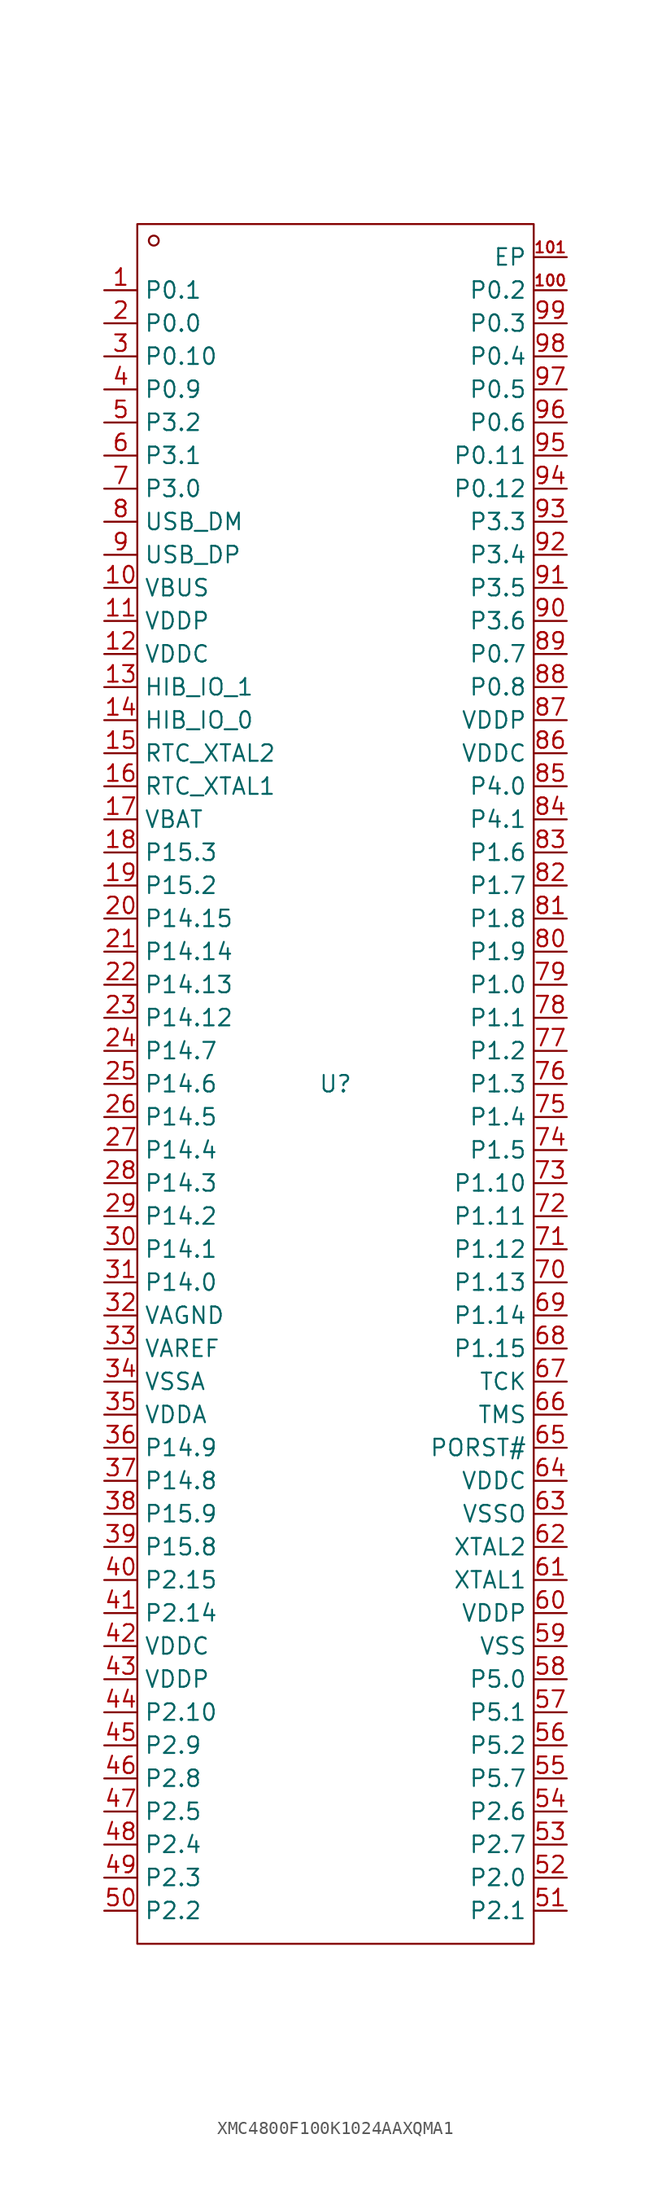
<source format=kicad_sym>
(kicad_symbol_lib
  (version 20231120)
  (generator "kicad_symbol_editor")
  (generator_version "8.0")
  (symbol "XMC4800F100K1024AAXQMA1"
    (property "Reference" "U"
      (at 0 0 0)
      (effects (font (size 1.27 1.27))))
    (property "Value" ""
      (at 0 0 0)
      (effects (font (size 1.27 1.27))))
    (symbol "XMC4800F100K1024AAXQMA1_1_0"
      (rectangle (start -15.24 -66.04) (end 15.24 66.04) (stroke (width 0) (type default)) (fill (type none)))
      (circle (center -13.97 64.77) (radius 0.381) (stroke (width 0) (type default)) (fill (type none)))
      (pin passive line (at -17.78 60.96 0) (length 2.54) (name "P0.1" (effects (font (size 1.27 1.27)))) (number "1" (effects (font (size 1.27 1.27)))))
      (pin passive line (at -17.78 38.1 0) (length 2.54) (name "VBUS" (effects (font (size 1.27 1.27)))) (number "10" (effects (font (size 1.27 1.27)))))
      (pin passive line (at 17.78 60.96 180) (length 2.54) (name "P0.2" (effects (font (size 1.27 1.27)))) (number "100" (effects (font (size 0.847 0.847)))))
      (pin passive line (at 17.78 63.5 180) (length 2.54) (name "EP" (effects (font (size 1.27 1.27)))) (number "101" (effects (font (size 0.847 0.847)))))
      (pin passive line (at -17.78 35.56 0) (length 2.54) (name "VDDP" (effects (font (size 1.27 1.27)))) (number "11" (effects (font (size 1.27 1.27)))))
      (pin passive line (at -17.78 33.02 0) (length 2.54) (name "VDDC" (effects (font (size 1.27 1.27)))) (number "12" (effects (font (size 1.27 1.27)))))
      (pin passive line (at -17.78 30.48 0) (length 2.54) (name "HIB_IO_1" (effects (font (size 1.27 1.27)))) (number "13" (effects (font (size 1.27 1.27)))))
      (pin passive line (at -17.78 27.94 0) (length 2.54) (name "HIB_IO_0" (effects (font (size 1.27 1.27)))) (number "14" (effects (font (size 1.27 1.27)))))
      (pin passive line (at -17.78 25.4 0) (length 2.54) (name "RTC_XTAL2" (effects (font (size 1.27 1.27)))) (number "15" (effects (font (size 1.27 1.27)))))
      (pin passive line (at -17.78 22.86 0) (length 2.54) (name "RTC_XTAL1" (effects (font (size 1.27 1.27)))) (number "16" (effects (font (size 1.27 1.27)))))
      (pin passive line (at -17.78 20.32 0) (length 2.54) (name "VBAT" (effects (font (size 1.27 1.27)))) (number "17" (effects (font (size 1.27 1.27)))))
      (pin passive line (at -17.78 17.78 0) (length 2.54) (name "P15.3" (effects (font (size 1.27 1.27)))) (number "18" (effects (font (size 1.27 1.27)))))
      (pin passive line (at -17.78 15.24 0) (length 2.54) (name "P15.2" (effects (font (size 1.27 1.27)))) (number "19" (effects (font (size 1.27 1.27)))))
      (pin passive line (at -17.78 58.42 0) (length 2.54) (name "P0.0" (effects (font (size 1.27 1.27)))) (number "2" (effects (font (size 1.27 1.27)))))
      (pin passive line (at -17.78 12.7 0) (length 2.54) (name "P14.15" (effects (font (size 1.27 1.27)))) (number "20" (effects (font (size 1.27 1.27)))))
      (pin passive line (at -17.78 10.16 0) (length 2.54) (name "P14.14" (effects (font (size 1.27 1.27)))) (number "21" (effects (font (size 1.27 1.27)))))
      (pin passive line (at -17.78 7.62 0) (length 2.54) (name "P14.13" (effects (font (size 1.27 1.27)))) (number "22" (effects (font (size 1.27 1.27)))))
      (pin passive line (at -17.78 5.08 0) (length 2.54) (name "P14.12" (effects (font (size 1.27 1.27)))) (number "23" (effects (font (size 1.27 1.27)))))
      (pin passive line (at -17.78 2.54 0) (length 2.54) (name "P14.7" (effects (font (size 1.27 1.27)))) (number "24" (effects (font (size 1.27 1.27)))))
      (pin passive line (at -17.78 0 0) (length 2.54) (name "P14.6" (effects (font (size 1.27 1.27)))) (number "25" (effects (font (size 1.27 1.27)))))
      (pin passive line (at -17.78 -2.54 0) (length 2.54) (name "P14.5" (effects (font (size 1.27 1.27)))) (number "26" (effects (font (size 1.27 1.27)))))
      (pin passive line (at -17.78 -5.08 0) (length 2.54) (name "P14.4" (effects (font (size 1.27 1.27)))) (number "27" (effects (font (size 1.27 1.27)))))
      (pin passive line (at -17.78 -7.62 0) (length 2.54) (name "P14.3" (effects (font (size 1.27 1.27)))) (number "28" (effects (font (size 1.27 1.27)))))
      (pin passive line (at -17.78 -10.16 0) (length 2.54) (name "P14.2" (effects (font (size 1.27 1.27)))) (number "29" (effects (font (size 1.27 1.27)))))
      (pin passive line (at -17.78 55.88 0) (length 2.54) (name "P0.10" (effects (font (size 1.27 1.27)))) (number "3" (effects (font (size 1.27 1.27)))))
      (pin passive line (at -17.78 -12.7 0) (length 2.54) (name "P14.1" (effects (font (size 1.27 1.27)))) (number "30" (effects (font (size 1.27 1.27)))))
      (pin passive line (at -17.78 -15.24 0) (length 2.54) (name "P14.0" (effects (font (size 1.27 1.27)))) (number "31" (effects (font (size 1.27 1.27)))))
      (pin passive line (at -17.78 -17.78 0) (length 2.54) (name "VAGND" (effects (font (size 1.27 1.27)))) (number "32" (effects (font (size 1.27 1.27)))))
      (pin passive line (at -17.78 -20.32 0) (length 2.54) (name "VAREF" (effects (font (size 1.27 1.27)))) (number "33" (effects (font (size 1.27 1.27)))))
      (pin passive line (at -17.78 -22.86 0) (length 2.54) (name "VSSA" (effects (font (size 1.27 1.27)))) (number "34" (effects (font (size 1.27 1.27)))))
      (pin passive line (at -17.78 -25.4 0) (length 2.54) (name "VDDA" (effects (font (size 1.27 1.27)))) (number "35" (effects (font (size 1.27 1.27)))))
      (pin passive line (at -17.78 -27.94 0) (length 2.54) (name "P14.9" (effects (font (size 1.27 1.27)))) (number "36" (effects (font (size 1.27 1.27)))))
      (pin passive line (at -17.78 -30.48 0) (length 2.54) (name "P14.8" (effects (font (size 1.27 1.27)))) (number "37" (effects (font (size 1.27 1.27)))))
      (pin passive line (at -17.78 -33.02 0) (length 2.54) (name "P15.9" (effects (font (size 1.27 1.27)))) (number "38" (effects (font (size 1.27 1.27)))))
      (pin passive line (at -17.78 -35.56 0) (length 2.54) (name "P15.8" (effects (font (size 1.27 1.27)))) (number "39" (effects (font (size 1.27 1.27)))))
      (pin passive line (at -17.78 53.34 0) (length 2.54) (name "P0.9" (effects (font (size 1.27 1.27)))) (number "4" (effects (font (size 1.27 1.27)))))
      (pin passive line (at -17.78 -38.1 0) (length 2.54) (name "P2.15" (effects (font (size 1.27 1.27)))) (number "40" (effects (font (size 1.27 1.27)))))
      (pin passive line (at -17.78 -40.64 0) (length 2.54) (name "P2.14" (effects (font (size 1.27 1.27)))) (number "41" (effects (font (size 1.27 1.27)))))
      (pin passive line (at -17.78 -43.18 0) (length 2.54) (name "VDDC" (effects (font (size 1.27 1.27)))) (number "42" (effects (font (size 1.27 1.27)))))
      (pin passive line (at -17.78 -45.72 0) (length 2.54) (name "VDDP" (effects (font (size 1.27 1.27)))) (number "43" (effects (font (size 1.27 1.27)))))
      (pin passive line (at -17.78 -48.26 0) (length 2.54) (name "P2.10" (effects (font (size 1.27 1.27)))) (number "44" (effects (font (size 1.27 1.27)))))
      (pin passive line (at -17.78 -50.8 0) (length 2.54) (name "P2.9" (effects (font (size 1.27 1.27)))) (number "45" (effects (font (size 1.27 1.27)))))
      (pin passive line (at -17.78 -53.34 0) (length 2.54) (name "P2.8" (effects (font (size 1.27 1.27)))) (number "46" (effects (font (size 1.27 1.27)))))
      (pin passive line (at -17.78 -55.88 0) (length 2.54) (name "P2.5" (effects (font (size 1.27 1.27)))) (number "47" (effects (font (size 1.27 1.27)))))
      (pin passive line (at -17.78 -58.42 0) (length 2.54) (name "P2.4" (effects (font (size 1.27 1.27)))) (number "48" (effects (font (size 1.27 1.27)))))
      (pin passive line (at -17.78 -60.96 0) (length 2.54) (name "P2.3" (effects (font (size 1.27 1.27)))) (number "49" (effects (font (size 1.27 1.27)))))
      (pin passive line (at -17.78 50.8 0) (length 2.54) (name "P3.2" (effects (font (size 1.27 1.27)))) (number "5" (effects (font (size 1.27 1.27)))))
      (pin passive line (at -17.78 -63.5 0) (length 2.54) (name "P2.2" (effects (font (size 1.27 1.27)))) (number "50" (effects (font (size 1.27 1.27)))))
      (pin passive line (at 17.78 -63.5 180) (length 2.54) (name "P2.1" (effects (font (size 1.27 1.27)))) (number "51" (effects (font (size 1.27 1.27)))))
      (pin passive line (at 17.78 -60.96 180) (length 2.54) (name "P2.0" (effects (font (size 1.27 1.27)))) (number "52" (effects (font (size 1.27 1.27)))))
      (pin passive line (at 17.78 -58.42 180) (length 2.54) (name "P2.7" (effects (font (size 1.27 1.27)))) (number "53" (effects (font (size 1.27 1.27)))))
      (pin passive line (at 17.78 -55.88 180) (length 2.54) (name "P2.6" (effects (font (size 1.27 1.27)))) (number "54" (effects (font (size 1.27 1.27)))))
      (pin passive line (at 17.78 -53.34 180) (length 2.54) (name "P5.7" (effects (font (size 1.27 1.27)))) (number "55" (effects (font (size 1.27 1.27)))))
      (pin passive line (at 17.78 -50.8 180) (length 2.54) (name "P5.2" (effects (font (size 1.27 1.27)))) (number "56" (effects (font (size 1.27 1.27)))))
      (pin passive line (at 17.78 -48.26 180) (length 2.54) (name "P5.1" (effects (font (size 1.27 1.27)))) (number "57" (effects (font (size 1.27 1.27)))))
      (pin passive line (at 17.78 -45.72 180) (length 2.54) (name "P5.0" (effects (font (size 1.27 1.27)))) (number "58" (effects (font (size 1.27 1.27)))))
      (pin passive line (at 17.78 -43.18 180) (length 2.54) (name "VSS" (effects (font (size 1.27 1.27)))) (number "59" (effects (font (size 1.27 1.27)))))
      (pin passive line (at -17.78 48.26 0) (length 2.54) (name "P3.1" (effects (font (size 1.27 1.27)))) (number "6" (effects (font (size 1.27 1.27)))))
      (pin passive line (at 17.78 -40.64 180) (length 2.54) (name "VDDP" (effects (font (size 1.27 1.27)))) (number "60" (effects (font (size 1.27 1.27)))))
      (pin passive line (at 17.78 -38.1 180) (length 2.54) (name "XTAL1" (effects (font (size 1.27 1.27)))) (number "61" (effects (font (size 1.27 1.27)))))
      (pin passive line (at 17.78 -35.56 180) (length 2.54) (name "XTAL2" (effects (font (size 1.27 1.27)))) (number "62" (effects (font (size 1.27 1.27)))))
      (pin passive line (at 17.78 -33.02 180) (length 2.54) (name "VSSO" (effects (font (size 1.27 1.27)))) (number "63" (effects (font (size 1.27 1.27)))))
      (pin passive line (at 17.78 -30.48 180) (length 2.54) (name "VDDC" (effects (font (size 1.27 1.27)))) (number "64" (effects (font (size 1.27 1.27)))))
      (pin passive line (at 17.78 -27.94 180) (length 2.54) (name "PORST#" (effects (font (size 1.27 1.27)))) (number "65" (effects (font (size 1.27 1.27)))))
      (pin passive line (at 17.78 -25.4 180) (length 2.54) (name "TMS" (effects (font (size 1.27 1.27)))) (number "66" (effects (font (size 1.27 1.27)))))
      (pin passive line (at 17.78 -22.86 180) (length 2.54) (name "TCK" (effects (font (size 1.27 1.27)))) (number "67" (effects (font (size 1.27 1.27)))))
      (pin passive line (at 17.78 -20.32 180) (length 2.54) (name "P1.15" (effects (font (size 1.27 1.27)))) (number "68" (effects (font (size 1.27 1.27)))))
      (pin passive line (at 17.78 -17.78 180) (length 2.54) (name "P1.14" (effects (font (size 1.27 1.27)))) (number "69" (effects (font (size 1.27 1.27)))))
      (pin passive line (at -17.78 45.72 0) (length 2.54) (name "P3.0" (effects (font (size 1.27 1.27)))) (number "7" (effects (font (size 1.27 1.27)))))
      (pin passive line (at 17.78 -15.24 180) (length 2.54) (name "P1.13" (effects (font (size 1.27 1.27)))) (number "70" (effects (font (size 1.27 1.27)))))
      (pin passive line (at 17.78 -12.7 180) (length 2.54) (name "P1.12" (effects (font (size 1.27 1.27)))) (number "71" (effects (font (size 1.27 1.27)))))
      (pin passive line (at 17.78 -10.16 180) (length 2.54) (name "P1.11" (effects (font (size 1.27 1.27)))) (number "72" (effects (font (size 1.27 1.27)))))
      (pin passive line (at 17.78 -7.62 180) (length 2.54) (name "P1.10" (effects (font (size 1.27 1.27)))) (number "73" (effects (font (size 1.27 1.27)))))
      (pin passive line (at 17.78 -5.08 180) (length 2.54) (name "P1.5" (effects (font (size 1.27 1.27)))) (number "74" (effects (font (size 1.27 1.27)))))
      (pin passive line (at 17.78 -2.54 180) (length 2.54) (name "P1.4" (effects (font (size 1.27 1.27)))) (number "75" (effects (font (size 1.27 1.27)))))
      (pin passive line (at 17.78 0 180) (length 2.54) (name "P1.3" (effects (font (size 1.27 1.27)))) (number "76" (effects (font (size 1.27 1.27)))))
      (pin passive line (at 17.78 2.54 180) (length 2.54) (name "P1.2" (effects (font (size 1.27 1.27)))) (number "77" (effects (font (size 1.27 1.27)))))
      (pin passive line (at 17.78 5.08 180) (length 2.54) (name "P1.1" (effects (font (size 1.27 1.27)))) (number "78" (effects (font (size 1.27 1.27)))))
      (pin passive line (at 17.78 7.62 180) (length 2.54) (name "P1.0" (effects (font (size 1.27 1.27)))) (number "79" (effects (font (size 1.27 1.27)))))
      (pin passive line (at -17.78 43.18 0) (length 2.54) (name "USB_DM" (effects (font (size 1.27 1.27)))) (number "8" (effects (font (size 1.27 1.27)))))
      (pin passive line (at 17.78 10.16 180) (length 2.54) (name "P1.9" (effects (font (size 1.27 1.27)))) (number "80" (effects (font (size 1.27 1.27)))))
      (pin passive line (at 17.78 12.7 180) (length 2.54) (name "P1.8" (effects (font (size 1.27 1.27)))) (number "81" (effects (font (size 1.27 1.27)))))
      (pin passive line (at 17.78 15.24 180) (length 2.54) (name "P1.7" (effects (font (size 1.27 1.27)))) (number "82" (effects (font (size 1.27 1.27)))))
      (pin passive line (at 17.78 17.78 180) (length 2.54) (name "P1.6" (effects (font (size 1.27 1.27)))) (number "83" (effects (font (size 1.27 1.27)))))
      (pin passive line (at 17.78 20.32 180) (length 2.54) (name "P4.1" (effects (font (size 1.27 1.27)))) (number "84" (effects (font (size 1.27 1.27)))))
      (pin passive line (at 17.78 22.86 180) (length 2.54) (name "P4.0" (effects (font (size 1.27 1.27)))) (number "85" (effects (font (size 1.27 1.27)))))
      (pin passive line (at 17.78 25.4 180) (length 2.54) (name "VDDC" (effects (font (size 1.27 1.27)))) (number "86" (effects (font (size 1.27 1.27)))))
      (pin passive line (at 17.78 27.94 180) (length 2.54) (name "VDDP" (effects (font (size 1.27 1.27)))) (number "87" (effects (font (size 1.27 1.27)))))
      (pin passive line (at 17.78 30.48 180) (length 2.54) (name "P0.8" (effects (font (size 1.27 1.27)))) (number "88" (effects (font (size 1.27 1.27)))))
      (pin passive line (at 17.78 33.02 180) (length 2.54) (name "P0.7" (effects (font (size 1.27 1.27)))) (number "89" (effects (font (size 1.27 1.27)))))
      (pin passive line (at -17.78 40.64 0) (length 2.54) (name "USB_DP" (effects (font (size 1.27 1.27)))) (number "9" (effects (font (size 1.27 1.27)))))
      (pin passive line (at 17.78 35.56 180) (length 2.54) (name "P3.6" (effects (font (size 1.27 1.27)))) (number "90" (effects (font (size 1.27 1.27)))))
      (pin passive line (at 17.78 38.1 180) (length 2.54) (name "P3.5" (effects (font (size 1.27 1.27)))) (number "91" (effects (font (size 1.27 1.27)))))
      (pin passive line (at 17.78 40.64 180) (length 2.54) (name "P3.4" (effects (font (size 1.27 1.27)))) (number "92" (effects (font (size 1.27 1.27)))))
      (pin passive line (at 17.78 43.18 180) (length 2.54) (name "P3.3" (effects (font (size 1.27 1.27)))) (number "93" (effects (font (size 1.27 1.27)))))
      (pin passive line (at 17.78 45.72 180) (length 2.54) (name "P0.12" (effects (font (size 1.27 1.27)))) (number "94" (effects (font (size 1.27 1.27)))))
      (pin passive line (at 17.78 48.26 180) (length 2.54) (name "P0.11" (effects (font (size 1.27 1.27)))) (number "95" (effects (font (size 1.27 1.27)))))
      (pin passive line (at 17.78 50.8 180) (length 2.54) (name "P0.6" (effects (font (size 1.27 1.27)))) (number "96" (effects (font (size 1.27 1.27)))))
      (pin passive line (at 17.78 53.34 180) (length 2.54) (name "P0.5" (effects (font (size 1.27 1.27)))) (number "97" (effects (font (size 1.27 1.27)))))
      (pin passive line (at 17.78 55.88 180) (length 2.54) (name "P0.4" (effects (font (size 1.27 1.27)))) (number "98" (effects (font (size 1.27 1.27)))))
      (pin passive line (at 17.78 58.42 180) (length 2.54) (name "P0.3" (effects (font (size 1.27 1.27)))) (number "99" (effects (font (size 1.27 1.27))))))))
</source>
